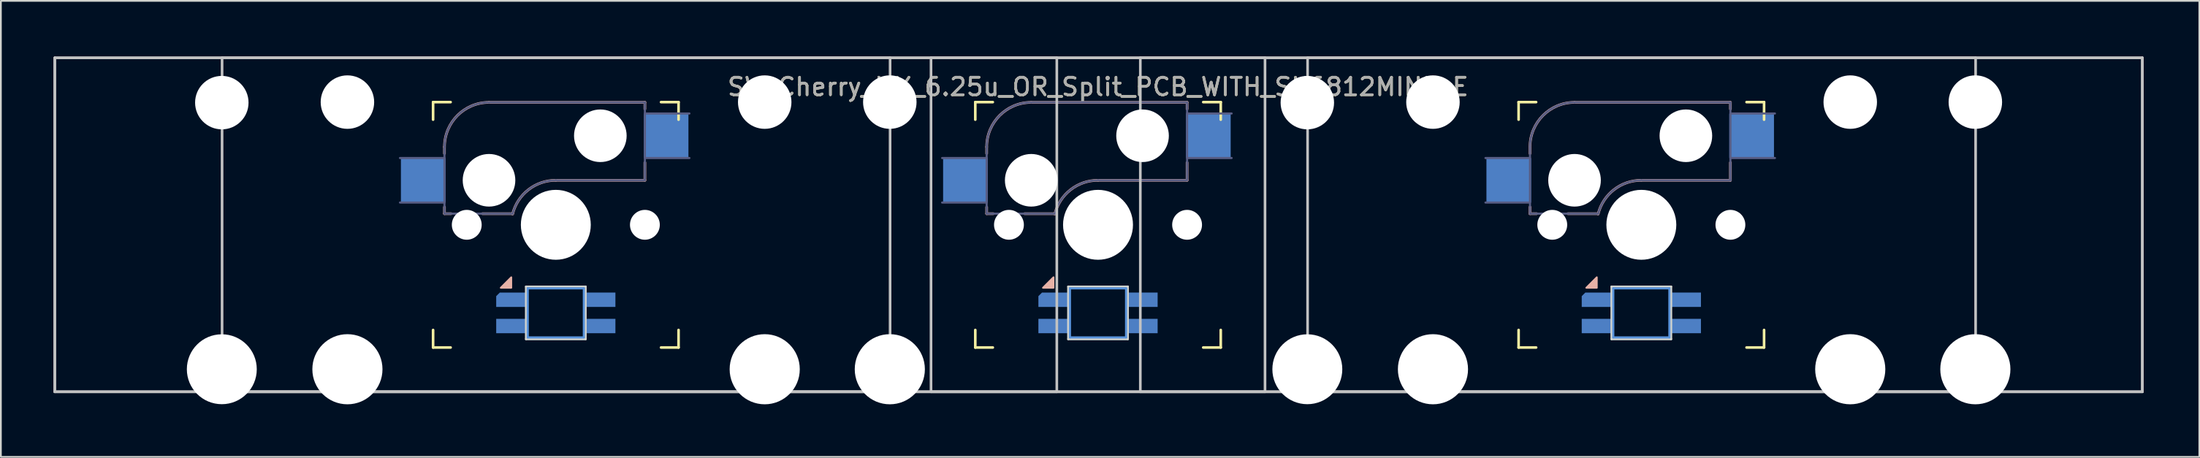
<source format=kicad_pcb>
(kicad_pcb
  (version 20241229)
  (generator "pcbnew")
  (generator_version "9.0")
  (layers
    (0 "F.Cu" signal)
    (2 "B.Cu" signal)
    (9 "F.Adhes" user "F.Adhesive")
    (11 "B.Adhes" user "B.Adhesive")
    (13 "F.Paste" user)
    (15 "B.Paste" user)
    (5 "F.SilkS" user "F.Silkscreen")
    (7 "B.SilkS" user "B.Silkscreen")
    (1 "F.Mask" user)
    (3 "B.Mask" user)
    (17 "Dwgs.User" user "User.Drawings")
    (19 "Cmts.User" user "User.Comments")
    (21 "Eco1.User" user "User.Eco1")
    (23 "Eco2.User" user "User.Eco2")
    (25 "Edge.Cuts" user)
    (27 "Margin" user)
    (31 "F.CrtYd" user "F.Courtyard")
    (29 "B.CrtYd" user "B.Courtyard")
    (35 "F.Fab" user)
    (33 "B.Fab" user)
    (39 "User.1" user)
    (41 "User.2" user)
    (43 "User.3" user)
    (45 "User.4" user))
  (footprint "SW_Cherry_MX_6.25u_OR_Split_PCB_WITH_SK6812MINI-E"
    (layer "F.Cu")
    (at 119.138 0.25)
    (property "Reference" "SW_Cherry_MX_6.25u_OR_Split_PCB_WITH_SK6812MINI-E" (at -59.563 1.651 0) (layer "F.SilkS") (effects (font (size 1 1) (thickness 0.15))))
    (attr through_hole)
    (fp_line (start -97.487 3.525) (end -97.487 2.525) (stroke (width 0.15) (type solid)) (layer "F.SilkS"))
    (fp_line (start -97.487 16.525) (end -97.487 15.525) (stroke (width 0.15) (type solid)) (layer "F.SilkS"))
    (fp_line (start -97.487 16.525) (end -96.487 16.525) (stroke (width 0.15) (type solid)) (layer "F.SilkS"))
    (fp_line (start -96.487 2.525) (end -97.487 2.525) (stroke (width 0.15) (type solid)) (layer "F.SilkS"))
    (fp_line (start -84.487 16.525) (end -83.487 16.525) (stroke (width 0.15) (type solid)) (layer "F.SilkS"))
    (fp_line (start -83.487 2.525) (end -84.487 2.525) (stroke (width 0.15) (type solid)) (layer "F.SilkS"))
    (fp_line (start -83.487 2.525) (end -83.487 3.525) (stroke (width 0.15) (type solid)) (layer "F.SilkS"))
    (fp_line (start -83.487 15.525) (end -83.487 16.525) (stroke (width 0.15) (type solid)) (layer "F.SilkS"))
    (fp_line (start -66.563 3.525) (end -66.563 2.525) (stroke (width 0.15) (type solid)) (layer "F.SilkS"))
    (fp_line (start -66.563 16.525) (end -66.563 15.525) (stroke (width 0.15) (type solid)) (layer "F.SilkS"))
    (fp_line (start -66.563 16.525) (end -65.563 16.525) (stroke (width 0.15) (type solid)) (layer "F.SilkS"))
    (fp_line (start -65.563 2.525) (end -66.563 2.525) (stroke (width 0.15) (type solid)) (layer "F.SilkS"))
    (fp_line (start -53.563 16.525) (end -52.563 16.525) (stroke (width 0.15) (type solid)) (layer "F.SilkS"))
    (fp_line (start -52.563 2.525) (end -53.563 2.525) (stroke (width 0.15) (type solid)) (layer "F.SilkS"))
    (fp_line (start -52.563 2.525) (end -52.563 3.525) (stroke (width 0.15) (type solid)) (layer "F.SilkS"))
    (fp_line (start -52.563 15.525) (end -52.563 16.525) (stroke (width 0.15) (type solid)) (layer "F.SilkS"))
    (fp_line (start -35.575 3.525) (end -35.575 2.525) (stroke (width 0.15) (type solid)) (layer "F.SilkS"))
    (fp_line (start -35.575 16.525) (end -35.575 15.525) (stroke (width 0.15) (type solid)) (layer "F.SilkS"))
    (fp_line (start -35.575 16.525) (end -34.575 16.525) (stroke (width 0.15) (type solid)) (layer "F.SilkS"))
    (fp_line (start -34.575 2.525) (end -35.575 2.525) (stroke (width 0.15) (type solid)) (layer "F.SilkS"))
    (fp_line (start -22.575 16.525) (end -21.575 16.525) (stroke (width 0.15) (type solid)) (layer "F.SilkS"))
    (fp_line (start -21.575 2.525) (end -22.575 2.525) (stroke (width 0.15) (type solid)) (layer "F.SilkS"))
    (fp_line (start -21.575 2.525) (end -21.575 3.525) (stroke (width 0.15) (type solid)) (layer "F.SilkS"))
    (fp_line (start -21.575 15.525) (end -21.575 16.525) (stroke (width 0.15) (type solid)) (layer "F.SilkS"))
    (fp_line (start -96.838 5.08) (end -96.838 5.461) (stroke (width 0.15) (type solid)) (layer "B.SilkS"))
    (fp_line (start -96.838 8.509) (end -96.838 8.89) (stroke (width 0.15) (type solid)) (layer "B.SilkS"))
    (fp_line (start -96.457 8.89) (end -96.838 8.89) (stroke (width 0.15) (type solid)) (layer "B.SilkS"))
    (fp_line (start -94.297 2.54) (end -85.407 2.54) (stroke (width 0.15) (type solid)) (layer "B.SilkS"))
    (fp_line (start -92.952 8.89) (end -94.678 8.89) (stroke (width 0.15) (type solid)) (layer "B.SilkS"))
    (fp_line (start -85.407 2.54) (end -85.407 2.921) (stroke (width 0.15) (type solid)) (layer "B.SilkS"))
    (fp_line (start -85.407 5.969) (end -85.407 6.985) (stroke (width 0.15) (type solid)) (layer "B.SilkS"))
    (fp_line (start -85.407 6.985) (end -90.487 6.985) (stroke (width 0.15) (type solid)) (layer "B.SilkS"))
    (fp_line (start -65.913 5.08) (end -65.913 5.461) (stroke (width 0.15) (type solid)) (layer "B.SilkS"))
    (fp_line (start -65.913 8.509) (end -65.913 8.89) (stroke (width 0.15) (type solid)) (layer "B.SilkS"))
    (fp_line (start -65.532 8.89) (end -65.913 8.89) (stroke (width 0.15) (type solid)) (layer "B.SilkS"))
    (fp_line (start -63.373 2.54) (end -54.483 2.54) (stroke (width 0.15) (type solid)) (layer "B.SilkS"))
    (fp_line (start -62.027 8.89) (end -63.754 8.89) (stroke (width 0.15) (type solid)) (layer "B.SilkS"))
    (fp_line (start -54.483 2.54) (end -54.483 2.921) (stroke (width 0.15) (type solid)) (layer "B.SilkS"))
    (fp_line (start -54.483 5.969) (end -54.483 6.985) (stroke (width 0.15) (type solid)) (layer "B.SilkS"))
    (fp_line (start -54.483 6.985) (end -59.563 6.985) (stroke (width 0.15) (type solid)) (layer "B.SilkS"))
    (fp_line (start -34.925 5.08) (end -34.925 5.461) (stroke (width 0.15) (type solid)) (layer "B.SilkS"))
    (fp_line (start -34.925 8.509) (end -34.925 8.89) (stroke (width 0.15) (type solid)) (layer "B.SilkS"))
    (fp_line (start -34.544 8.89) (end -34.925 8.89) (stroke (width 0.15) (type solid)) (layer "B.SilkS"))
    (fp_line (start -32.385 2.54) (end -23.495 2.54) (stroke (width 0.15) (type solid)) (layer "B.SilkS"))
    (fp_line (start -31.039 8.89) (end -32.766 8.89) (stroke (width 0.15) (type solid)) (layer "B.SilkS"))
    (fp_line (start -23.495 2.54) (end -23.495 2.921) (stroke (width 0.15) (type solid)) (layer "B.SilkS"))
    (fp_line (start -23.495 5.969) (end -23.495 6.985) (stroke (width 0.15) (type solid)) (layer "B.SilkS"))
    (fp_line (start -23.495 6.985) (end -28.575 6.985) (stroke (width 0.15) (type solid)) (layer "B.SilkS"))
    (fp_arc (start -96.8375 5.08) (mid -96.093551 3.283949) (end -94.2975 2.54) (stroke (width 0.15) (type solid)) (layer "B.SilkS"))
    (fp_arc (start -92.951662 8.90896) (mid -92.050647 7.522958) (end -90.4875 6.985) (stroke (width 0.15) (type solid)) (layer "B.SilkS"))
    (fp_arc (start -65.913 5.08) (mid -65.169051 3.283949) (end -63.373 2.54) (stroke (width 0.15) (type solid)) (layer "B.SilkS"))
    (fp_arc (start -62.027162 8.90896) (mid -61.126147 7.522958) (end -59.563 6.985) (stroke (width 0.15) (type solid)) (layer "B.SilkS"))
    (fp_arc (start -34.925 5.08) (mid -34.181051 3.283949) (end -32.385 2.54) (stroke (width 0.15) (type solid)) (layer "B.SilkS"))
    (fp_arc (start -31.039162 8.90896) (mid -30.138147 7.522958) (end -28.575 6.985) (stroke (width 0.15) (type solid)) (layer "B.SilkS"))
    (fp_poly (pts (xy -93.028 12.518) (xy -93.028 13.118) (xy -93.627 13.118)) (stroke (width 0.1) (type solid)) (fill yes) (layer "B.SilkS"))
    (fp_poly (pts (xy -62.103 12.518) (xy -62.103 13.118) (xy -62.703 13.118)) (stroke (width 0.1) (type solid)) (fill yes) (layer "B.SilkS"))
    (fp_poly (pts (xy -31.115 12.518) (xy -31.115 13.118) (xy -31.715 13.118)) (stroke (width 0.1) (type solid)) (fill yes) (layer "B.SilkS"))
    (fp_line (start -119.062 0) (end -61.913 0) (stroke (width 0.15) (type solid)) (layer "Dwgs.User"))
    (fp_line (start -119.062 0) (end 0 0) (stroke (width 0.15) (type solid)) (layer "Dwgs.User"))
    (fp_line (start -119.062 19.05) (end -119.062 0) (stroke (width 0.15) (type solid)) (layer "Dwgs.User"))
    (fp_line (start -119.062 19.05) (end -119.062 0) (stroke (width 0.15) (type solid)) (layer "Dwgs.User"))
    (fp_line (start -109.522 0) (end -71.422 0) (stroke (width 0.15) (type solid)) (layer "Dwgs.User"))
    (fp_line (start -109.522 19.05) (end -109.522 0) (stroke (width 0.15) (type solid)) (layer "Dwgs.User"))
    (fp_line (start -71.422 19.05) (end -109.522 19.05) (stroke (width 0.15) (type solid)) (layer "Dwgs.User"))
    (fp_line (start -71.422 19.05) (end -71.422 0) (stroke (width 0.15) (type solid)) (layer "Dwgs.User"))
    (fp_line (start -69.088 0) (end -69.088 19.05) (stroke (width 0.15) (type solid)) (layer "Dwgs.User"))
    (fp_line (start -69.088 0) (end -50.038 0) (stroke (width 0.15) (type solid)) (layer "Dwgs.User"))
    (fp_line (start -61.913 0) (end -61.913 19.05) (stroke (width 0.15) (type solid)) (layer "Dwgs.User"))
    (fp_line (start -61.913 19.05) (end -119.062 19.05) (stroke (width 0.15) (type solid)) (layer "Dwgs.User"))
    (fp_line (start -57.15 0) (end 0 0) (stroke (width 0.15) (type solid)) (layer "Dwgs.User"))
    (fp_line (start -57.15 19.05) (end -57.15 0) (stroke (width 0.15) (type solid)) (layer "Dwgs.User"))
    (fp_line (start -50.038 19.05) (end -69.088 19.05) (stroke (width 0.15) (type solid)) (layer "Dwgs.User"))
    (fp_line (start -50.038 19.05) (end -50.038 0) (stroke (width 0.15) (type solid)) (layer "Dwgs.User"))
    (fp_line (start -47.61 0) (end -47.61 19.05) (stroke (width 0.15) (type solid)) (layer "Dwgs.User"))
    (fp_line (start -47.61 0) (end -9.51 0) (stroke (width 0.15) (type solid)) (layer "Dwgs.User"))
    (fp_line (start -9.51 0) (end -9.51 19.05) (stroke (width 0.15) (type solid)) (layer "Dwgs.User"))
    (fp_line (start -9.51 19.05) (end -47.61 19.05) (stroke (width 0.15) (type solid)) (layer "Dwgs.User"))
    (fp_line (start 0 0) (end 0 19.05) (stroke (width 0.15) (type solid)) (layer "Dwgs.User"))
    (fp_line (start 0 0) (end 0 19.05) (stroke (width 0.15) (type solid)) (layer "Dwgs.User"))
    (fp_line (start 0 19.05) (end -119.062 19.05) (stroke (width 0.15) (type solid)) (layer "Dwgs.User"))
    (fp_line (start 0 19.05) (end -57.15 19.05) (stroke (width 0.15) (type solid)) (layer "Dwgs.User"))
    (fp_line (start -92.088 13.15) (end -92.088 15.95) (stroke (width 0.12) (type solid)) (layer "Cmts.User"))
    (fp_line (start -92.088 13.15) (end -88.888 13.15) (stroke (width 0.12) (type solid)) (layer "Cmts.User"))
    (fp_line (start -88.888 15.95) (end -92.088 15.95) (stroke (width 0.12) (type solid)) (layer "Cmts.User"))
    (fp_line (start -88.888 15.95) (end -88.888 13.15) (stroke (width 0.12) (type solid)) (layer "Cmts.User"))
    (fp_line (start -61.163 13.15) (end -61.163 15.95) (stroke (width 0.12) (type solid)) (layer "Cmts.User"))
    (fp_line (start -61.163 13.15) (end -57.963 13.15) (stroke (width 0.12) (type solid)) (layer "Cmts.User"))
    (fp_line (start -57.963 15.95) (end -61.163 15.95) (stroke (width 0.12) (type solid)) (layer "Cmts.User"))
    (fp_line (start -57.963 15.95) (end -57.963 13.15) (stroke (width 0.12) (type solid)) (layer "Cmts.User"))
    (fp_line (start -30.175 13.15) (end -30.175 15.95) (stroke (width 0.12) (type solid)) (layer "Cmts.User"))
    (fp_line (start -30.175 13.15) (end -26.975 13.15) (stroke (width 0.12) (type solid)) (layer "Cmts.User"))
    (fp_line (start -26.975 15.95) (end -30.175 15.95) (stroke (width 0.12) (type solid)) (layer "Cmts.User"))
    (fp_line (start -26.975 15.95) (end -26.975 13.15) (stroke (width 0.12) (type solid)) (layer "Cmts.User"))
    (fp_line (start -97.388 16.425) (end -97.388 2.625) (stroke (width 0.15) (type solid)) (layer "Eco2.User"))
    (fp_line (start -97.388 16.425) (end -83.588 16.425) (stroke (width 0.15) (type solid)) (layer "Eco2.User"))
    (fp_line (start -83.588 2.625) (end -97.388 2.625) (stroke (width 0.15) (type solid)) (layer "Eco2.User"))
    (fp_line (start -83.588 2.625) (end -83.588 16.425) (stroke (width 0.15) (type solid)) (layer "Eco2.User"))
    (fp_line (start -66.463 16.425) (end -66.463 2.625) (stroke (width 0.15) (type solid)) (layer "Eco2.User"))
    (fp_line (start -66.463 16.425) (end -52.663 16.425) (stroke (width 0.15) (type solid)) (layer "Eco2.User"))
    (fp_line (start -52.663 2.625) (end -66.463 2.625) (stroke (width 0.15) (type solid)) (layer "Eco2.User"))
    (fp_line (start -52.663 2.625) (end -52.663 16.425) (stroke (width 0.15) (type solid)) (layer "Eco2.User"))
    (fp_line (start -35.475 16.425) (end -35.475 2.625) (stroke (width 0.15) (type solid)) (layer "Eco2.User"))
    (fp_line (start -35.475 16.425) (end -21.675 16.425) (stroke (width 0.15) (type solid)) (layer "Eco2.User"))
    (fp_line (start -21.675 2.625) (end -35.475 2.625) (stroke (width 0.15) (type solid)) (layer "Eco2.User"))
    (fp_line (start -21.675 2.625) (end -21.675 16.425) (stroke (width 0.15) (type solid)) (layer "Eco2.User"))
    (fp_line (start -92.188 13.05) (end -92.188 16.05) (stroke (width 0.12) (type solid)) (layer "Edge.Cuts"))
    (fp_line (start -92.188 13.05) (end -88.787 13.05) (stroke (width 0.12) (type solid)) (layer "Edge.Cuts"))
    (fp_line (start -88.787 16.05) (end -92.188 16.05) (stroke (width 0.12) (type solid)) (layer "Edge.Cuts"))
    (fp_line (start -88.787 16.05) (end -88.787 13.05) (stroke (width 0.12) (type solid)) (layer "Edge.Cuts"))
    (fp_line (start -61.263 13.05) (end -61.263 16.05) (stroke (width 0.12) (type solid)) (layer "Edge.Cuts"))
    (fp_line (start -61.263 13.05) (end -57.863 13.05) (stroke (width 0.12) (type solid)) (layer "Edge.Cuts"))
    (fp_line (start -57.863 16.05) (end -61.263 16.05) (stroke (width 0.12) (type solid)) (layer "Edge.Cuts"))
    (fp_line (start -57.863 16.05) (end -57.863 13.05) (stroke (width 0.12) (type solid)) (layer "Edge.Cuts"))
    (fp_line (start -30.275 13.05) (end -30.275 16.05) (stroke (width 0.12) (type solid)) (layer "Edge.Cuts"))
    (fp_line (start -30.275 13.05) (end -26.875 13.05) (stroke (width 0.12) (type solid)) (layer "Edge.Cuts"))
    (fp_line (start -26.875 16.05) (end -30.275 16.05) (stroke (width 0.12) (type solid)) (layer "Edge.Cuts"))
    (fp_line (start -26.875 16.05) (end -26.875 13.05) (stroke (width 0.12) (type solid)) (layer "Edge.Cuts"))
    (fp_line (start -99.377 5.715) (end -96.838 5.715) (stroke (width 0.12) (type solid)) (layer "B.Fab"))
    (fp_line (start -96.838 8.255) (end -99.377 8.255) (stroke (width 0.12) (type solid)) (layer "B.Fab"))
    (fp_line (start -96.838 8.89) (end -96.838 5.08) (stroke (width 0.12) (type solid)) (layer "B.Fab"))
    (fp_line (start -96.838 8.89) (end -93.028 8.89) (stroke (width 0.12) (type solid)) (layer "B.Fab"))
    (fp_line (start -94.297 2.54) (end -85.407 2.54) (stroke (width 0.12) (type solid)) (layer "B.Fab"))
    (fp_line (start -85.407 2.54) (end -85.407 6.985) (stroke (width 0.12) (type solid)) (layer "B.Fab"))
    (fp_line (start -85.407 3.175) (end -82.868 3.175) (stroke (width 0.12) (type solid)) (layer "B.Fab"))
    (fp_line (start -85.407 6.985) (end -90.487 6.985) (stroke (width 0.12) (type solid)) (layer "B.Fab"))
    (fp_line (start -82.868 5.715) (end -85.407 5.715) (stroke (width 0.12) (type solid)) (layer "B.Fab"))
    (fp_line (start -68.453 5.715) (end -65.913 5.715) (stroke (width 0.12) (type solid)) (layer "B.Fab"))
    (fp_line (start -65.913 8.255) (end -68.453 8.255) (stroke (width 0.12) (type solid)) (layer "B.Fab"))
    (fp_line (start -65.913 8.89) (end -65.913 5.08) (stroke (width 0.12) (type solid)) (layer "B.Fab"))
    (fp_line (start -65.913 8.89) (end -62.103 8.89) (stroke (width 0.12) (type solid)) (layer "B.Fab"))
    (fp_line (start -63.373 2.54) (end -54.483 2.54) (stroke (width 0.12) (type solid)) (layer "B.Fab"))
    (fp_line (start -54.483 2.54) (end -54.483 6.985) (stroke (width 0.12) (type solid)) (layer "B.Fab"))
    (fp_line (start -54.483 3.175) (end -51.943 3.175) (stroke (width 0.12) (type solid)) (layer "B.Fab"))
    (fp_line (start -54.483 6.985) (end -59.563 6.985) (stroke (width 0.12) (type solid)) (layer "B.Fab"))
    (fp_line (start -51.943 5.715) (end -54.483 5.715) (stroke (width 0.12) (type solid)) (layer "B.Fab"))
    (fp_line (start -37.465 5.715) (end -34.925 5.715) (stroke (width 0.12) (type solid)) (layer "B.Fab"))
    (fp_line (start -34.925 8.255) (end -37.465 8.255) (stroke (width 0.12) (type solid)) (layer "B.Fab"))
    (fp_line (start -34.925 8.89) (end -34.925 5.08) (stroke (width 0.12) (type solid)) (layer "B.Fab"))
    (fp_line (start -34.925 8.89) (end -31.115 8.89) (stroke (width 0.12) (type solid)) (layer "B.Fab"))
    (fp_line (start -32.385 2.54) (end -23.495 2.54) (stroke (width 0.12) (type solid)) (layer "B.Fab"))
    (fp_line (start -23.495 2.54) (end -23.495 6.985) (stroke (width 0.12) (type solid)) (layer "B.Fab"))
    (fp_line (start -23.495 3.175) (end -20.955 3.175) (stroke (width 0.12) (type solid)) (layer "B.Fab"))
    (fp_line (start -23.495 6.985) (end -28.575 6.985) (stroke (width 0.12) (type solid)) (layer "B.Fab"))
    (fp_line (start -20.955 5.715) (end -23.495 5.715) (stroke (width 0.12) (type solid)) (layer "B.Fab"))
    (fp_arc (start -96.8375 5.08) (mid -96.093551 3.283949) (end -94.2975 2.54) (stroke (width 0.12) (type solid)) (layer "B.Fab"))
    (fp_arc (start -92.951662 8.90896) (mid -92.050647 7.522958) (end -90.4875 6.985) (stroke (width 0.12) (type solid)) (layer "B.Fab"))
    (fp_arc (start -65.913 5.08) (mid -65.169051 3.283949) (end -63.373 2.54) (stroke (width 0.12) (type solid)) (layer "B.Fab"))
    (fp_arc (start -62.027162 8.90896) (mid -61.126147 7.522958) (end -59.563 6.985) (stroke (width 0.12) (type solid)) (layer "B.Fab"))
    (fp_arc (start -34.925 5.08) (mid -34.181051 3.283949) (end -32.385 2.54) (stroke (width 0.12) (type solid)) (layer "B.Fab"))
    (fp_arc (start -31.039162 8.90896) (mid -30.138147 7.522958) (end -28.575 6.985) (stroke (width 0.12) (type solid)) (layer "B.Fab"))
    (fp_text user "${REFERENCE}" (at -59.563 1.651 0) (layer "F.Fab") (effects (font (size 1 1) (thickness 0.15))))
    (pad "" np_thru_hole circle (at -109.537 2.555) (size 3.048 3.048) (drill 3.048) (layers "*.Cu" "*.Mask"))
    (pad "" np_thru_hole circle (at -109.537 17.765) (size 3.988 3.988) (drill 3.988) (layers "*.Cu" "*.Mask"))
    (pad "" np_thru_hole circle (at -102.373 2.525) (size 3.05 3.05) (drill 3.05) (layers "*.Cu" "*.Mask"))
    (pad "" np_thru_hole circle (at -102.373 17.765) (size 4 4) (drill 4) (layers "*.Cu" "*.Mask"))
    (pad "" np_thru_hole circle (at -95.567 9.525) (size 1.702 1.702) (drill 1.702) (layers "*.Cu" "*.Mask"))
    (pad "" np_thru_hole circle (at -94.297 6.985) (size 3 3) (drill 3) (layers "*.Cu" "*.Mask"))
    (pad "" np_thru_hole circle (at -90.487 9.525) (size 3.988 3.988) (drill 3.988) (layers "*.Cu" "*.Mask"))
    (pad "" np_thru_hole circle (at -87.948 4.445) (size 3 3) (drill 3) (layers "*.Cu" "*.Mask"))
    (pad "" np_thru_hole circle (at -85.407 9.525) (size 1.702 1.702) (drill 1.702) (layers "*.Cu" "*.Mask"))
    (pad "" np_thru_hole circle (at -78.573 2.525) (size 3.05 3.05) (drill 3.05) (layers "*.Cu" "*.Mask"))
    (pad "" np_thru_hole circle (at -78.573 17.765) (size 4 4) (drill 4) (layers "*.Cu" "*.Mask"))
    (pad "" np_thru_hole circle (at -71.438 2.525) (size 3.05 3.05) (drill 3.05) (layers "*.Cu" "*.Mask"))
    (pad "" np_thru_hole circle (at -71.438 17.765) (size 4 4) (drill 4) (layers "*.Cu" "*.Mask"))
    (pad "" np_thru_hole circle (at -64.643 9.525) (size 1.702 1.702) (drill 1.702) (layers "*.Cu" "*.Mask"))
    (pad "" np_thru_hole circle (at -63.373 6.985) (size 3 3) (drill 3) (layers "*.Cu" "*.Mask"))
    (pad "" np_thru_hole circle (at -59.563 9.525) (size 3.988 3.988) (drill 3.988) (layers "*.Cu" "*.Mask"))
    (pad "" np_thru_hole circle (at -57.023 4.445) (size 3 3) (drill 3) (layers "*.Cu" "*.Mask"))
    (pad "" np_thru_hole circle (at -54.483 9.525) (size 1.702 1.702) (drill 1.702) (layers "*.Cu" "*.Mask"))
    (pad "" np_thru_hole circle (at -47.625 2.555) (size 3.048 3.048) (drill 3.048) (layers "*.Cu" "*.Mask"))
    (pad "" np_thru_hole circle (at -47.625 17.765) (size 3.988 3.988) (drill 3.988) (layers "*.Cu" "*.Mask"))
    (pad "" np_thru_hole circle (at -40.46 2.525) (size 3.05 3.05) (drill 3.05) (layers "*.Cu" "*.Mask"))
    (pad "" np_thru_hole circle (at -40.46 17.765) (size 4 4) (drill 4) (layers "*.Cu" "*.Mask"))
    (pad "" np_thru_hole circle (at -33.655 9.525) (size 1.702 1.702) (drill 1.702) (layers "*.Cu" "*.Mask"))
    (pad "" np_thru_hole circle (at -32.385 6.985) (size 3 3) (drill 3) (layers "*.Cu" "*.Mask"))
    (pad "" np_thru_hole circle (at -28.575 9.525) (size 3.988 3.988) (drill 3.988) (layers "*.Cu" "*.Mask"))
    (pad "" np_thru_hole circle (at -26.035 4.445) (size 3 3) (drill 3) (layers "*.Cu" "*.Mask"))
    (pad "" np_thru_hole circle (at -23.495 9.525) (size 1.702 1.702) (drill 1.702) (layers "*.Cu" "*.Mask"))
    (pad "" np_thru_hole circle (at -16.66 2.525) (size 3.05 3.05) (drill 3.05) (layers "*.Cu" "*.Mask"))
    (pad "" np_thru_hole circle (at -16.66 17.765) (size 4 4) (drill 4) (layers "*.Cu" "*.Mask"))
    (pad "" np_thru_hole circle (at -9.525 2.525) (size 3.05 3.05) (drill 3.05) (layers "*.Cu" "*.Mask"))
    (pad "" np_thru_hole circle (at -9.525 17.765) (size 4 4) (drill 4) (layers "*.Cu" "*.Mask"))
    (pad "111" smd rect (at -84.198 4.445) (size 2.55 2.5) (layers "B.Cu" "B.Mask" "B.Paste"))
    (pad "112" smd rect (at -98.047 6.985) (size 2.55 2.5) (layers "B.Cu" "B.Mask" "B.Paste"))
    (pad "121" smd rect (at -53.273 4.445) (size 2.55 2.5) (layers "B.Cu" "B.Mask" "B.Paste"))
    (pad "122" smd rect (at -67.123 6.985) (size 2.55 2.5) (layers "B.Cu" "B.Mask" "B.Paste"))
    (pad "131" smd rect (at -22.285 4.445) (size 2.55 2.5) (layers "B.Cu" "B.Mask" "B.Paste"))
    (pad "132" smd rect (at -36.135 6.985) (size 2.55 2.5) (layers "B.Cu" "B.Mask" "B.Paste"))
    (pad "211" smd rect (at -87.938 15.3 180) (size 1.7 0.82) (layers "B.Cu" "B.Mask" "B.Paste"))
    (pad "212" smd rect (at -87.938 13.8 180) (size 1.7 0.82) (layers "B.Cu" "B.Mask" "B.Paste"))
    (pad "213" smd roundrect (at -93.037 13.8 180) (size 1.7 0.82) (layers "B.Cu" "B.Mask" "B.Paste") (roundrect_rratio 0) (chamfer_ratio 0.25) (chamfer bottom_right))
    (pad "214" smd rect (at -93.037 15.3 180) (size 1.7 0.82) (layers "B.Cu" "B.Mask" "B.Paste"))
    (pad "221" smd rect (at -57.013 15.3 180) (size 1.7 0.82) (layers "B.Cu" "B.Mask" "B.Paste"))
    (pad "222" smd rect (at -57.013 13.8 180) (size 1.7 0.82) (layers "B.Cu" "B.Mask" "B.Paste"))
    (pad "223" smd roundrect (at -62.113 13.8 180) (size 1.7 0.82) (layers "B.Cu" "B.Mask" "B.Paste") (roundrect_rratio 0) (chamfer_ratio 0.25) (chamfer bottom_right))
    (pad "224" smd rect (at -62.113 15.3 180) (size 1.7 0.82) (layers "B.Cu" "B.Mask" "B.Paste"))
    (pad "231" smd rect (at -26.025 15.3 180) (size 1.7 0.82) (layers "B.Cu" "B.Mask" "B.Paste"))
    (pad "232" smd rect (at -26.025 13.8 180) (size 1.7 0.82) (layers "B.Cu" "B.Mask" "B.Paste"))
    (pad "233" smd roundrect (at -31.125 13.8 180) (size 1.7 0.82) (layers "B.Cu" "B.Mask" "B.Paste") (roundrect_rratio 0) (chamfer_ratio 0.25) (chamfer bottom_right))
    (pad "234" smd rect (at -31.125 15.3 180) (size 1.7 0.82) (layers "B.Cu" "B.Mask" "B.Paste")))
  (gr_rect
    (start -3 -3)
    (end 122.388 23.015)
    (stroke (width 0.1) (type default))
    (fill no)
    (layer "Edge.Cuts")))
</source>
